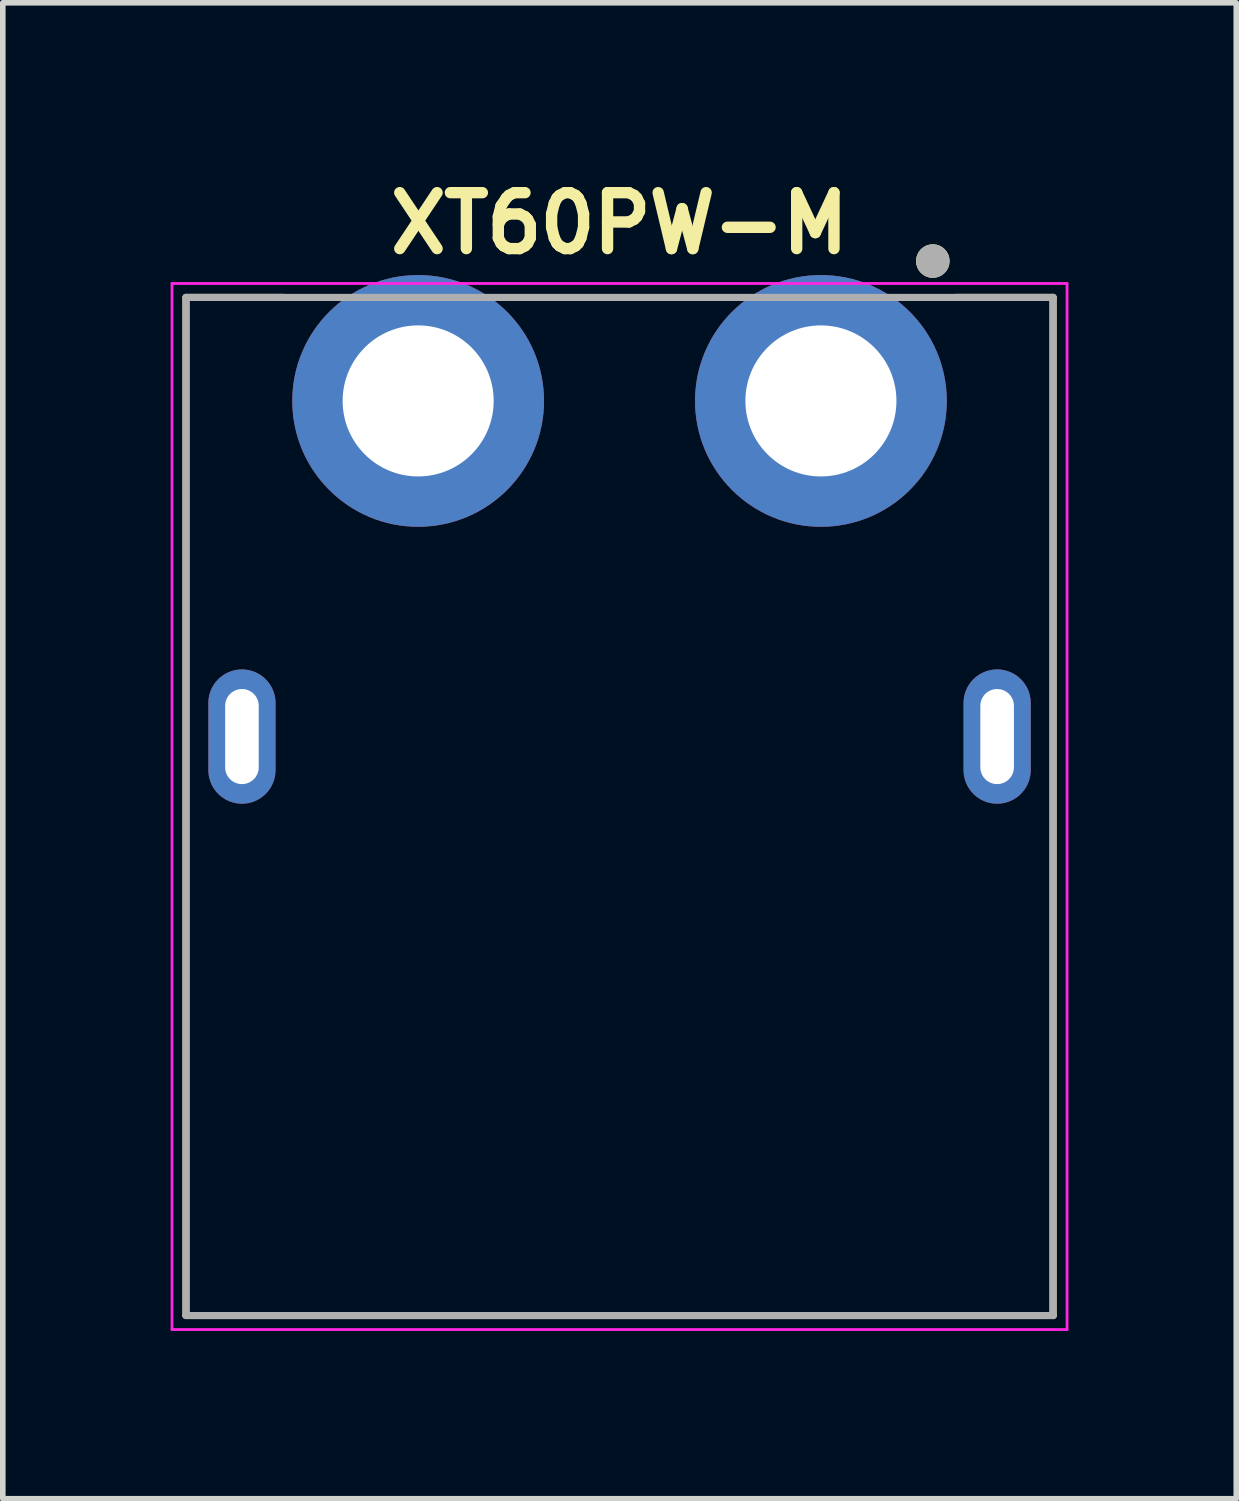
<source format=kicad_pcb>
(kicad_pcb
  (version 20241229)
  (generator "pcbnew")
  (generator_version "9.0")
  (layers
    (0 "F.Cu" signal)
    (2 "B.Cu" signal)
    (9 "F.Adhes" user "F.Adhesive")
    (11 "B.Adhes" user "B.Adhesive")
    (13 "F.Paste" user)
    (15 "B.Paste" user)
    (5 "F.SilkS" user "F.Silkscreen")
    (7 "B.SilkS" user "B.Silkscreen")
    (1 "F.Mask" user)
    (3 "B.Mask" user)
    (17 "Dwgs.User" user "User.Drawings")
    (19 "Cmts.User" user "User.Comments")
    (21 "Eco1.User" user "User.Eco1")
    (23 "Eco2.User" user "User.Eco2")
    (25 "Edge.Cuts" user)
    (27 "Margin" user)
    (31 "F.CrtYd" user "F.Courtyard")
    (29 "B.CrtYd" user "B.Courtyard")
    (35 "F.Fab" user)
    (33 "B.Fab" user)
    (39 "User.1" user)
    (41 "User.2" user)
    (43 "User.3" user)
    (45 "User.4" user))
  (footprint "XT60PW-M"
    (layer "F.Cu")
    (at 8.025 4.117)
    (property "Reference" "XT60PW-M" (at 0 -3.175 180) (layer "F.SilkS") (effects (font (size 1 1) (thickness 0.203))))
    (attr through_hole)
    (fp_line (start -7.75 -1.85) (end -7.75 16.35) (stroke (width 0.127) (type solid)) (layer "F.SilkS"))
    (fp_line (start -7.75 -1.85) (end -6 -1.85) (stroke (width 0.127) (type solid)) (layer "F.SilkS"))
    (fp_line (start -7.75 16.35) (end 7.75 16.35) (stroke (width 0.127) (type solid)) (layer "F.SilkS"))
    (fp_line (start 7.75 -1.85) (end 6 -1.85) (stroke (width 0.127) (type solid)) (layer "F.SilkS"))
    (fp_line (start 7.75 16.35) (end 7.75 -1.85) (stroke (width 0.127) (type solid)) (layer "F.SilkS"))
    (fp_circle (center 5.6 -2.5) (end 5.45 -2.5) (stroke (width 0.3) (type solid)) (fill no) (layer "F.SilkS"))
    (fp_line (start -8 -2.1) (end 8 -2.1) (stroke (width 0.05) (type solid)) (layer "F.CrtYd"))
    (fp_line (start -8 16.6) (end -8 -2.1) (stroke (width 0.05) (type solid)) (layer "F.CrtYd"))
    (fp_line (start 8 -2.1) (end 8 16.6) (stroke (width 0.05) (type solid)) (layer "F.CrtYd"))
    (fp_line (start 8 16.6) (end -8 16.6) (stroke (width 0.05) (type solid)) (layer "F.CrtYd"))
    (fp_line (start -7.75 -1.85) (end -7.75 16.35) (stroke (width 0.127) (type solid)) (layer "F.Fab"))
    (fp_line (start -7.75 16.35) (end 7.75 16.35) (stroke (width 0.127) (type solid)) (layer "F.Fab"))
    (fp_line (start 7.75 -1.85) (end -7.75 -1.85) (stroke (width 0.127) (type solid)) (layer "F.Fab"))
    (fp_line (start 7.75 16.35) (end 7.75 -1.85) (stroke (width 0.127) (type solid)) (layer "F.Fab"))
    (fp_circle (center 5.6 -2.5) (end 5.45 -2.5) (stroke (width 0.3) (type solid)) (fill no) (layer "F.Fab"))
    (pad "+" thru_hole circle (at -3.6 0 180) (size 4.5 4.5) (drill 2.7) (layers "*.Cu" "*.Mask"))
    (pad "-" thru_hole circle (at 3.6 0 180) (size 4.5 4.5) (drill 2.7) (layers "*.Cu" "*.Mask"))
    (pad "S1" thru_hole oval (at 6.75 6 180) (size 1.2 2.4) (drill oval 0.6 1.7) (layers "*.Cu" "*.Mask"))
    (pad "S2" thru_hole oval (at -6.75 6 180) (size 1.2 2.4) (drill oval 0.6 1.7) (layers "*.Cu" "*.Mask")))
  (gr_rect
    (start -3 -3)
    (end 19.05 23.742)
    (stroke (width 0.1) (type default))
    (fill no)
    (layer "Edge.Cuts")))
</source>
